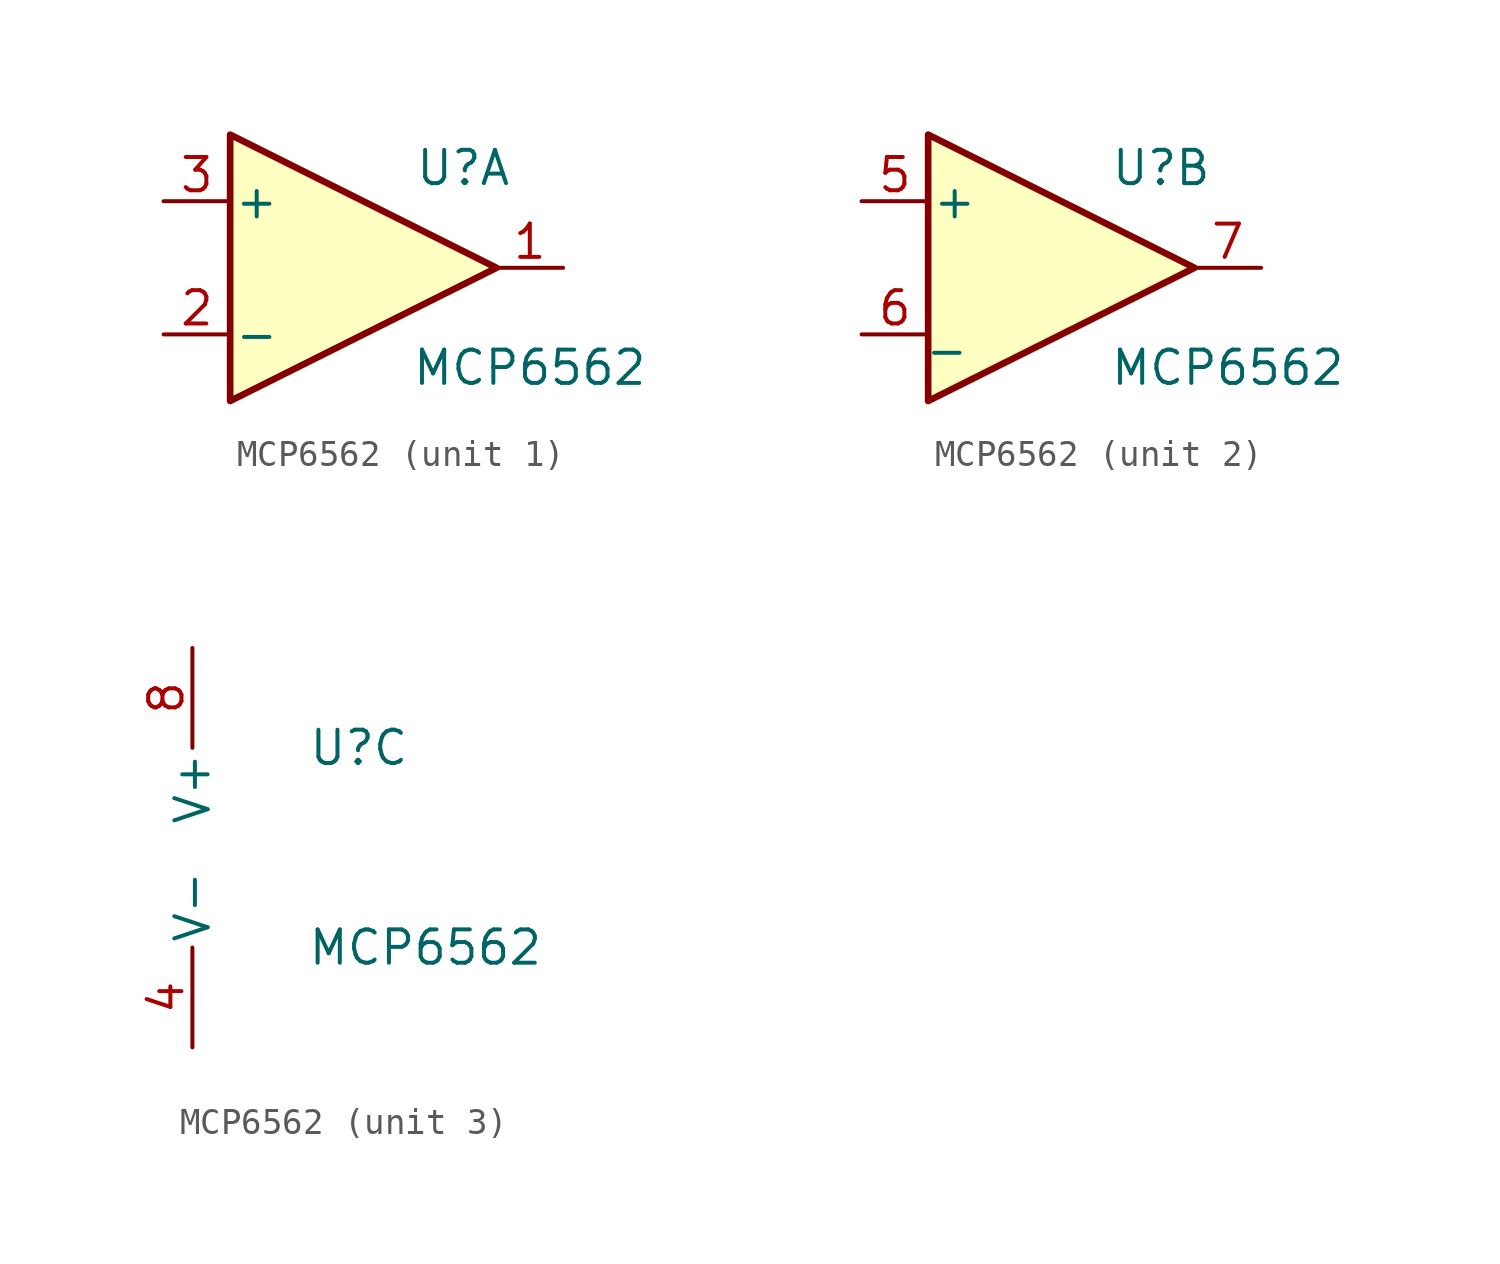
<source format=kicad_sym>
(kicad_symbol_lib
  (version 20220914)
  (generator kicad_symbol_editor)
  (symbol "MCP6562"
    (pin_names
      (offset 0.127))
    (property "Reference" "U"
      (at 3.81 3.81 0)
      (effects (font (size 1.27 1.27))))
    (property "Value" "MCP6562"
      (at 6.35 -3.81 0)
      (effects (font (size 1.27 1.27))))
    (property "ki_locked" ""
      (at 0 0 0)
      (effects (font (size 1.27 1.27))))
    (symbol "MCP6562_1_1"
      (polyline (pts (xy -5.08 5.08) (xy 5.08 0) (xy -5.08 -5.08) (xy -5.08 5.08)) (stroke (width 0.254) (type default)) (fill (type background)))
      (pin output line (at 7.62 0 180) (length 2.54) (name "~" (effects (font (size 1.27 1.27)))) (number "1" (effects (font (size 1.27 1.27)))))
      (pin input line (at -7.62 -2.54 0) (length 2.54) (name "-" (effects (font (size 1.27 1.27)))) (number "2" (effects (font (size 1.27 1.27)))))
      (pin input line (at -7.62 2.54 0) (length 2.54) (name "+" (effects (font (size 1.27 1.27)))) (number "3" (effects (font (size 1.27 1.27))))))
    (symbol "MCP6562_2_1"
      (polyline (pts (xy -5.08 5.08) (xy 5.08 0) (xy -5.08 -5.08) (xy -5.08 5.08)) (stroke (width 0.254) (type default)) (fill (type background)))
      (pin input line (at -7.62 2.54 0) (length 2.54) (name "+" (effects (font (size 1.27 1.27)))) (number "5" (effects (font (size 1.27 1.27)))))
      (pin input line (at -7.62 -2.54 0) (length 2.54) (name "_" (effects (font (size 1.27 1.27)))) (number "6" (effects (font (size 1.27 1.27)))))
      (pin open_collector line (at 7.62 0 180) (length 2.54) (name "~" (effects (font (size 1.27 1.27)))) (number "7" (effects (font (size 1.27 1.27))))))
    (symbol "MCP6562_3_1"
      (pin power_in line (at -2.54 -7.62 90) (length 3.81) (name "V-" (effects (font (size 1.27 1.27)))) (number "4" (effects (font (size 1.27 1.27)))))
      (pin power_in line (at -2.54 7.62 270) (length 3.81) (name "V+" (effects (font (size 1.27 1.27)))) (number "8" (effects (font (size 1.27 1.27))))))))
</source>
